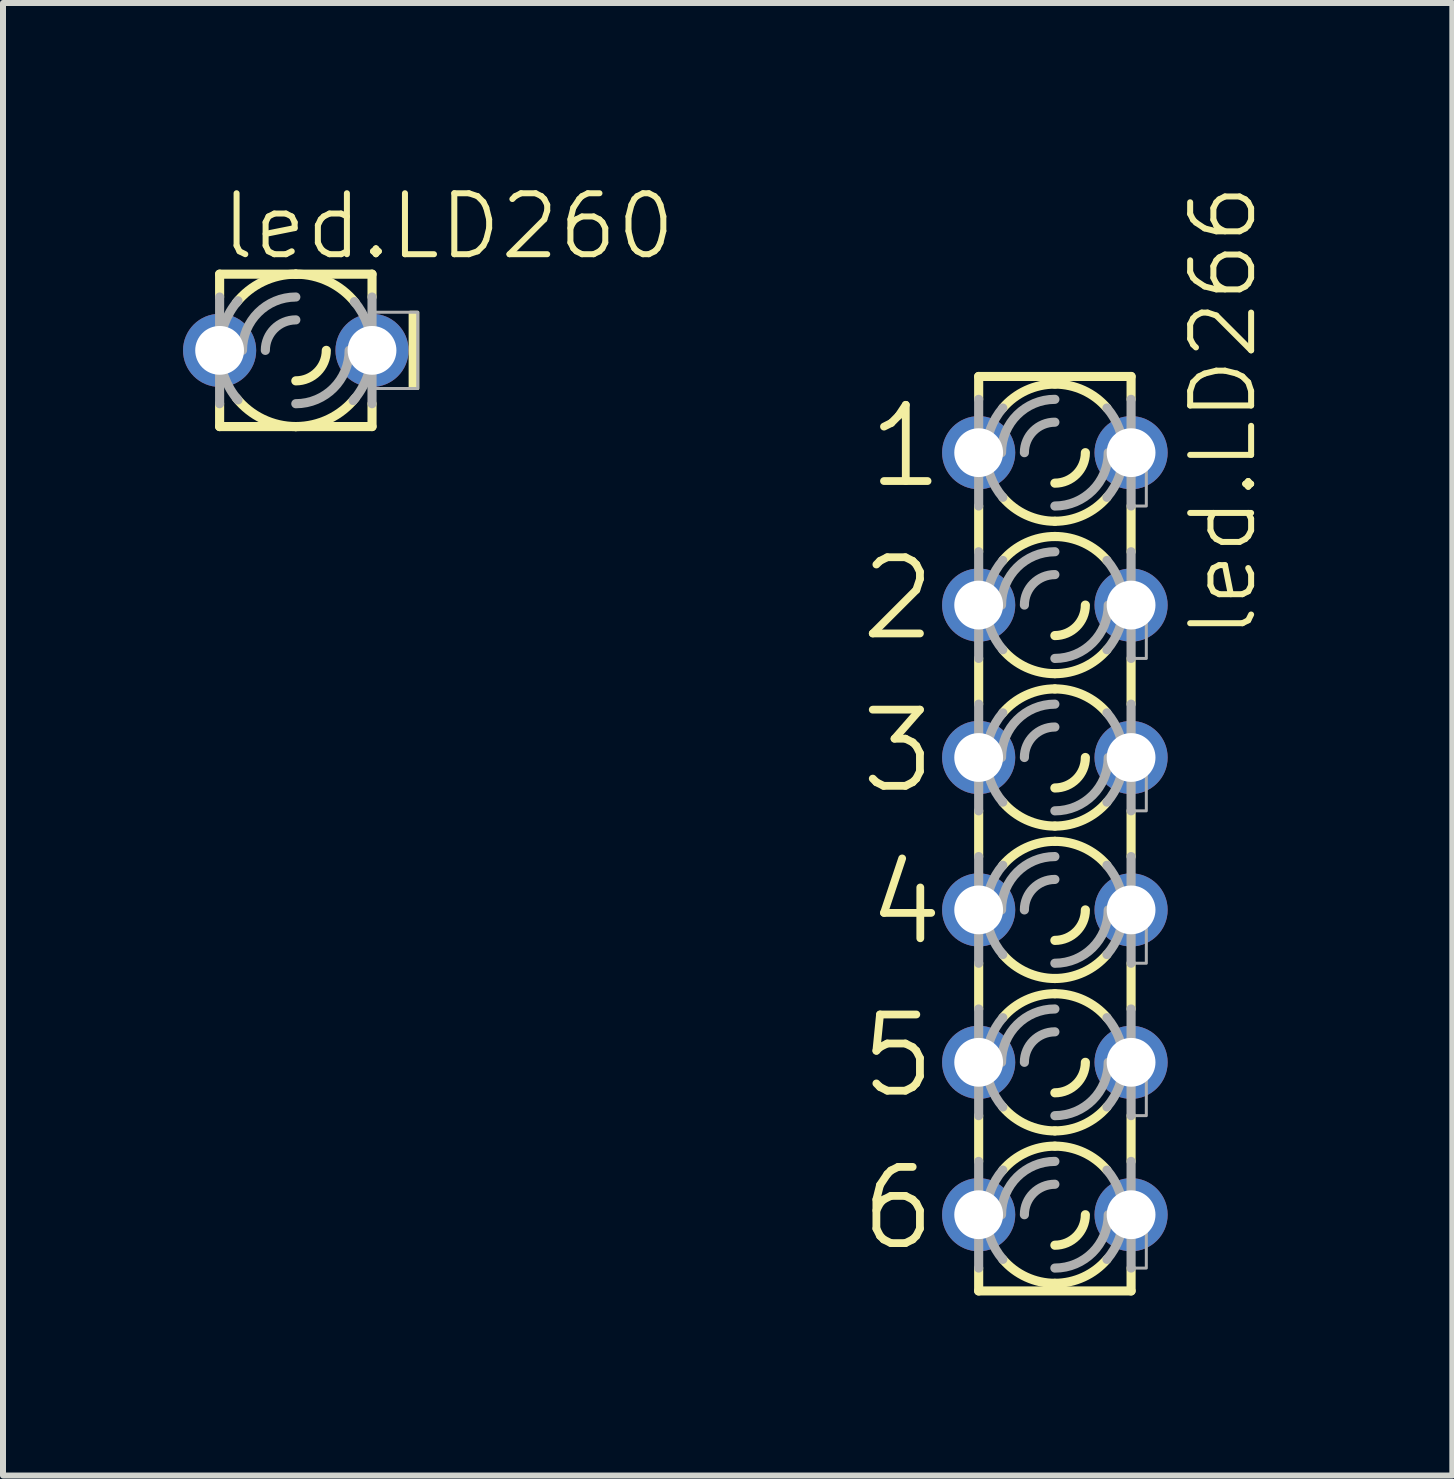
<source format=kicad_pcb>
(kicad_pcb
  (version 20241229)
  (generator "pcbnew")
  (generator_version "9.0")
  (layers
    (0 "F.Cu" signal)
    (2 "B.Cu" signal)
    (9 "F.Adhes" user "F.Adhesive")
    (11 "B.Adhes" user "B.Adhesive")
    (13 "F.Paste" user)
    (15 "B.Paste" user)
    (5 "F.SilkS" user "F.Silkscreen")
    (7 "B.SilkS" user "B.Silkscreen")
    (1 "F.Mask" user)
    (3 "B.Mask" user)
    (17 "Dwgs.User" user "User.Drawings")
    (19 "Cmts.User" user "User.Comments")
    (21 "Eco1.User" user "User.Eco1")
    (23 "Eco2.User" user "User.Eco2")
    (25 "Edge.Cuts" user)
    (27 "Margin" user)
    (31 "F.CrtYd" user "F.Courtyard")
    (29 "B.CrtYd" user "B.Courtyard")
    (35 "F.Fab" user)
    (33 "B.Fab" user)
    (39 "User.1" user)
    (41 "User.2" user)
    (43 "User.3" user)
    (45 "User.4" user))
  (footprint "led.LD266"
    (layer "F.Cu")
    (at 14.53 10.844)
    (property "Reference" "led.LD266" (at 3.4 -3.2 90) (layer "F.SilkS") (effects (font (size 1.016 1.016) (thickness 0.1)) (justify left bottom)))
    (attr through_hole)
    (fp_line (start -1.27 -7.62) (end -1.27 -7.239) (stroke (width 0.152) (type default)) (layer "F.SilkS"))
    (fp_line (start -1.27 -7.62) (end 1.27 -7.62) (stroke (width 0.152) (type default)) (layer "F.SilkS"))
    (fp_line (start -1.27 -5.461) (end -1.27 -4.699) (stroke (width 0.152) (type default)) (layer "F.SilkS"))
    (fp_line (start -1.27 -2.921) (end -1.27 -2.159) (stroke (width 0.152) (type default)) (layer "F.SilkS"))
    (fp_line (start -1.27 -0.381) (end -1.27 0.381) (stroke (width 0.152) (type default)) (layer "F.SilkS"))
    (fp_line (start -1.27 2.159) (end -1.27 2.921) (stroke (width 0.152) (type default)) (layer "F.SilkS"))
    (fp_line (start -1.27 4.699) (end -1.27 5.461) (stroke (width 0.152) (type default)) (layer "F.SilkS"))
    (fp_line (start -1.27 7.62) (end -1.27 7.239) (stroke (width 0.152) (type default)) (layer "F.SilkS"))
    (fp_line (start -1.27 7.62) (end 1.27 7.62) (stroke (width 0.152) (type default)) (layer "F.SilkS"))
    (fp_line (start 1.27 -7.62) (end 1.27 -7.239) (stroke (width 0.152) (type default)) (layer "F.SilkS"))
    (fp_line (start 1.27 -5.461) (end 1.27 -4.699) (stroke (width 0.152) (type default)) (layer "F.SilkS"))
    (fp_line (start 1.27 -2.921) (end 1.27 -2.159) (stroke (width 0.152) (type default)) (layer "F.SilkS"))
    (fp_line (start 1.27 -0.381) (end 1.27 0.381) (stroke (width 0.152) (type default)) (layer "F.SilkS"))
    (fp_line (start 1.27 2.159) (end 1.27 2.921) (stroke (width 0.152) (type default)) (layer "F.SilkS"))
    (fp_line (start 1.27 4.699) (end 1.27 5.461) (stroke (width 0.152) (type default)) (layer "F.SilkS"))
    (fp_line (start 1.27 7.62) (end 1.27 7.239) (stroke (width 0.152) (type default)) (layer "F.SilkS"))
    (fp_arc (start -0.8678 -7.0939) (mid -0.477588 -7.388445) (end 0 -7.493) (stroke (width 0.1524) (type default)) (layer "F.SilkS"))
    (fp_arc (start -0.8678 -4.5539) (mid -0.477588 -4.848445) (end 0 -4.953) (stroke (width 0.1524) (type default)) (layer "F.SilkS"))
    (fp_arc (start -0.8678 -2.0139) (mid -0.477588 -2.308445) (end 0 -2.413) (stroke (width 0.1524) (type default)) (layer "F.SilkS"))
    (fp_arc (start -0.8678 0.5261) (mid -0.477588 0.231555) (end 0 0.127) (stroke (width 0.1524) (type default)) (layer "F.SilkS"))
    (fp_arc (start -0.8678 3.0661) (mid -0.477588 2.771555) (end 0 2.667) (stroke (width 0.1524) (type default)) (layer "F.SilkS"))
    (fp_arc (start -0.8678 5.6061) (mid -0.477588 5.311555) (end 0 5.207) (stroke (width 0.1524) (type default)) (layer "F.SilkS"))
    (fp_arc (start 0 -7.493) (mid 0.477588 -7.388445) (end 0.8678 -7.0939) (stroke (width 0.1524) (type default)) (layer "F.SilkS"))
    (fp_arc (start 0 -5.207) (mid -0.477588 -5.311555) (end -0.8678 -5.6061) (stroke (width 0.1524) (type default)) (layer "F.SilkS"))
    (fp_arc (start 0 -4.953) (mid 0.477588 -4.848445) (end 0.8678 -4.5539) (stroke (width 0.1524) (type default)) (layer "F.SilkS"))
    (fp_arc (start 0 -2.667) (mid -0.477588 -2.771555) (end -0.8678 -3.0661) (stroke (width 0.1524) (type default)) (layer "F.SilkS"))
    (fp_arc (start 0 -2.413) (mid 0.477588 -2.308445) (end 0.8678 -2.0139) (stroke (width 0.1524) (type default)) (layer "F.SilkS"))
    (fp_arc (start 0 -0.127) (mid -0.477588 -0.231555) (end -0.8678 -0.5261) (stroke (width 0.1524) (type default)) (layer "F.SilkS"))
    (fp_arc (start 0 0.127) (mid 0.477588 0.231555) (end 0.8678 0.5261) (stroke (width 0.1524) (type default)) (layer "F.SilkS"))
    (fp_arc (start 0 2.413) (mid -0.477588 2.308445) (end -0.8678 2.0139) (stroke (width 0.1524) (type default)) (layer "F.SilkS"))
    (fp_arc (start 0 2.667) (mid 0.477588 2.771555) (end 0.8678 3.0661) (stroke (width 0.1524) (type default)) (layer "F.SilkS"))
    (fp_arc (start 0 4.953) (mid -0.477588 4.848445) (end -0.8678 4.5539) (stroke (width 0.1524) (type default)) (layer "F.SilkS"))
    (fp_arc (start 0 5.207) (mid 0.477588 5.311555) (end 0.8678 5.6061) (stroke (width 0.1524) (type default)) (layer "F.SilkS"))
    (fp_arc (start 0 7.493) (mid -0.477588 7.388445) (end -0.8678 7.0939) (stroke (width 0.1524) (type default)) (layer "F.SilkS"))
    (fp_arc (start 0.508 -6.35) (mid 0.35921 -5.99079) (end 0 -5.842) (stroke (width 0.1524) (type default)) (layer "F.SilkS"))
    (fp_arc (start 0.508 -3.81) (mid 0.35921 -3.45079) (end 0 -3.302) (stroke (width 0.1524) (type default)) (layer "F.SilkS"))
    (fp_arc (start 0.508 -1.27) (mid 0.35921 -0.91079) (end 0 -0.762) (stroke (width 0.1524) (type default)) (layer "F.SilkS"))
    (fp_arc (start 0.508 1.27) (mid 0.35921 1.62921) (end 0 1.778) (stroke (width 0.1524) (type default)) (layer "F.SilkS"))
    (fp_arc (start 0.508 3.81) (mid 0.35921 4.16921) (end 0 4.318) (stroke (width 0.1524) (type default)) (layer "F.SilkS"))
    (fp_arc (start 0.508 6.35) (mid 0.35921 6.70921) (end 0 6.858) (stroke (width 0.1524) (type default)) (layer "F.SilkS"))
    (fp_arc (start 0.8678 -5.6061) (mid 0.477588 -5.311555) (end 0 -5.207) (stroke (width 0.1524) (type default)) (layer "F.SilkS"))
    (fp_arc (start 0.8678 -3.0661) (mid 0.477588 -2.771555) (end 0 -2.667) (stroke (width 0.1524) (type default)) (layer "F.SilkS"))
    (fp_arc (start 0.8678 -0.5261) (mid 0.477588 -0.231555) (end 0 -0.127) (stroke (width 0.1524) (type default)) (layer "F.SilkS"))
    (fp_arc (start 0.8678 2.0139) (mid 0.477588 2.308445) (end 0 2.413) (stroke (width 0.1524) (type default)) (layer "F.SilkS"))
    (fp_arc (start 0.8678 4.5539) (mid 0.477588 4.848445) (end 0 4.953) (stroke (width 0.1524) (type default)) (layer "F.SilkS"))
    (fp_arc (start 0.8678 7.0939) (mid 0.477588 7.388445) (end 0 7.493) (stroke (width 0.1524) (type default)) (layer "F.SilkS"))
    (fp_line (start -1.27 -5.461) (end -1.27 -7.239) (stroke (width 0.152) (type default)) (layer "F.Fab"))
    (fp_line (start -1.27 -2.921) (end -1.27 -4.699) (stroke (width 0.152) (type default)) (layer "F.Fab"))
    (fp_line (start -1.27 -0.381) (end -1.27 -2.159) (stroke (width 0.152) (type default)) (layer "F.Fab"))
    (fp_line (start -1.27 2.159) (end -1.27 0.381) (stroke (width 0.152) (type default)) (layer "F.Fab"))
    (fp_line (start -1.27 4.699) (end -1.27 2.921) (stroke (width 0.152) (type default)) (layer "F.Fab"))
    (fp_line (start -1.27 7.239) (end -1.27 5.461) (stroke (width 0.152) (type default)) (layer "F.Fab"))
    (fp_line (start 1.27 -5.461) (end 1.27 -7.239) (stroke (width 0.152) (type default)) (layer "F.Fab"))
    (fp_line (start 1.27 -2.921) (end 1.27 -4.699) (stroke (width 0.152) (type default)) (layer "F.Fab"))
    (fp_line (start 1.27 -0.381) (end 1.27 -2.159) (stroke (width 0.152) (type default)) (layer "F.Fab"))
    (fp_line (start 1.27 2.159) (end 1.27 0.381) (stroke (width 0.152) (type default)) (layer "F.Fab"))
    (fp_line (start 1.27 4.699) (end 1.27 2.921) (stroke (width 0.152) (type default)) (layer "F.Fab"))
    (fp_line (start 1.27 7.239) (end 1.27 5.461) (stroke (width 0.152) (type default)) (layer "F.Fab"))
    (fp_rect (start -1.524 -6.096) (end -1.27 -6.604) (stroke (width 0.05) (type default)) (fill no) (layer "F.Fab"))
    (fp_rect (start -1.524 -3.556) (end -1.27 -4.064) (stroke (width 0.05) (type default)) (fill no) (layer "F.Fab"))
    (fp_rect (start -1.524 -1.016) (end -1.27 -1.524) (stroke (width 0.05) (type default)) (fill no) (layer "F.Fab"))
    (fp_rect (start -1.524 1.524) (end -1.27 1.016) (stroke (width 0.05) (type default)) (fill no) (layer "F.Fab"))
    (fp_rect (start -1.524 4.064) (end -1.27 3.556) (stroke (width 0.05) (type default)) (fill no) (layer "F.Fab"))
    (fp_rect (start -1.524 6.604) (end -1.27 6.096) (stroke (width 0.05) (type default)) (fill no) (layer "F.Fab"))
    (fp_rect (start 1.27 -5.461) (end 1.524 -6.604) (stroke (width 0.05) (type default)) (fill no) (layer "F.Fab"))
    (fp_rect (start 1.27 -2.921) (end 1.524 -4.064) (stroke (width 0.05) (type default)) (fill no) (layer "F.Fab"))
    (fp_rect (start 1.27 -0.381) (end 1.524 -1.524) (stroke (width 0.05) (type default)) (fill no) (layer "F.Fab"))
    (fp_rect (start 1.27 2.159) (end 1.524 1.016) (stroke (width 0.05) (type default)) (fill no) (layer "F.Fab"))
    (fp_rect (start 1.27 4.699) (end 1.524 3.556) (stroke (width 0.05) (type default)) (fill no) (layer "F.Fab"))
    (fp_rect (start 1.27 7.239) (end 1.524 6.096) (stroke (width 0.05) (type default)) (fill no) (layer "F.Fab"))
    (fp_arc (start -1.143 -6.35) (mid -1.071949 -6.746597) (end -0.8677 -7.0939) (stroke (width 0.1524) (type default)) (layer "F.Fab"))
    (fp_arc (start -1.143 -3.81) (mid -1.071949 -4.206597) (end -0.8677 -4.5539) (stroke (width 0.1524) (type default)) (layer "F.Fab"))
    (fp_arc (start -1.143 -1.27) (mid -1.071949 -1.666597) (end -0.8677 -2.0139) (stroke (width 0.1524) (type default)) (layer "F.Fab"))
    (fp_arc (start -1.143 1.27) (mid -1.071996 0.873413) (end -0.8678 0.5261) (stroke (width 0.1524) (type default)) (layer "F.Fab"))
    (fp_arc (start -1.143 3.81) (mid -1.071996 3.413413) (end -0.8678 3.0661) (stroke (width 0.1524) (type default)) (layer "F.Fab"))
    (fp_arc (start -1.143 6.35) (mid -1.071996 5.953413) (end -0.8678 5.6061) (stroke (width 0.1524) (type default)) (layer "F.Fab"))
    (fp_arc (start -0.889 -6.35) (mid -0.628618 -6.978618) (end 0 -7.239) (stroke (width 0.1524) (type default)) (layer "F.Fab"))
    (fp_arc (start -0.889 -3.81) (mid -0.628618 -4.438618) (end 0 -4.699) (stroke (width 0.1524) (type default)) (layer "F.Fab"))
    (fp_arc (start -0.889 -1.27) (mid -0.628618 -1.898618) (end 0 -2.159) (stroke (width 0.1524) (type default)) (layer "F.Fab"))
    (fp_arc (start -0.889 1.27) (mid -0.628618 0.641382) (end 0 0.381) (stroke (width 0.1524) (type default)) (layer "F.Fab"))
    (fp_arc (start -0.889 3.81) (mid -0.628618 3.181382) (end 0 2.921) (stroke (width 0.1524) (type default)) (layer "F.Fab"))
    (fp_arc (start -0.889 6.35) (mid -0.628618 5.721382) (end 0 5.461) (stroke (width 0.1524) (type default)) (layer "F.Fab"))
    (fp_arc (start -0.8678 -5.6061) (mid -1.071996 -5.953413) (end -1.143 -6.35) (stroke (width 0.1524) (type default)) (layer "F.Fab"))
    (fp_arc (start -0.8678 -3.0661) (mid -1.071996 -3.413413) (end -1.143 -3.81) (stroke (width 0.1524) (type default)) (layer "F.Fab"))
    (fp_arc (start -0.8678 -0.5261) (mid -1.071996 -0.873413) (end -1.143 -1.27) (stroke (width 0.1524) (type default)) (layer "F.Fab"))
    (fp_arc (start -0.8677 2.0139) (mid -1.071949 1.666597) (end -1.143 1.27) (stroke (width 0.1524) (type default)) (layer "F.Fab"))
    (fp_arc (start -0.8677 4.5539) (mid -1.071949 4.206597) (end -1.143 3.81) (stroke (width 0.1524) (type default)) (layer "F.Fab"))
    (fp_arc (start -0.8677 7.0939) (mid -1.071949 6.746597) (end -1.143 6.35) (stroke (width 0.1524) (type default)) (layer "F.Fab"))
    (fp_arc (start -0.508 -6.35) (mid -0.35921 -6.70921) (end 0 -6.858) (stroke (width 0.1524) (type default)) (layer "F.Fab"))
    (fp_arc (start -0.508 -3.81) (mid -0.35921 -4.16921) (end 0 -4.318) (stroke (width 0.1524) (type default)) (layer "F.Fab"))
    (fp_arc (start -0.508 -1.27) (mid -0.35921 -1.62921) (end 0 -1.778) (stroke (width 0.1524) (type default)) (layer "F.Fab"))
    (fp_arc (start -0.508 1.27) (mid -0.35921 0.91079) (end 0 0.762) (stroke (width 0.1524) (type default)) (layer "F.Fab"))
    (fp_arc (start -0.508 3.81) (mid -0.35921 3.45079) (end 0 3.302) (stroke (width 0.1524) (type default)) (layer "F.Fab"))
    (fp_arc (start -0.508 6.35) (mid -0.35921 5.99079) (end 0 5.842) (stroke (width 0.1524) (type default)) (layer "F.Fab"))
    (fp_arc (start 0.8678 -7.0939) (mid 1.072043 -6.746595) (end 1.1431 -6.35) (stroke (width 0.1524) (type default)) (layer "F.Fab"))
    (fp_arc (start 0.8678 -4.5539) (mid 1.072043 -4.206595) (end 1.1431 -3.81) (stroke (width 0.1524) (type default)) (layer "F.Fab"))
    (fp_arc (start 0.8678 -2.0139) (mid 1.072043 -1.666595) (end 1.1431 -1.27) (stroke (width 0.1524) (type default)) (layer "F.Fab"))
    (fp_arc (start 0.8678 0.5261) (mid 1.071949 0.873421) (end 1.1429 1.27) (stroke (width 0.1524) (type default)) (layer "F.Fab"))
    (fp_arc (start 0.8678 3.0661) (mid 1.071949 3.413421) (end 1.1429 3.81) (stroke (width 0.1524) (type default)) (layer "F.Fab"))
    (fp_arc (start 0.8678 5.6061) (mid 1.071949 5.953421) (end 1.1429 6.35) (stroke (width 0.1524) (type default)) (layer "F.Fab"))
    (fp_arc (start 0.889 -6.35) (mid 0.628618 -5.721382) (end 0 -5.461) (stroke (width 0.1524) (type default)) (layer "F.Fab"))
    (fp_arc (start 0.889 -3.81) (mid 0.628618 -3.181382) (end 0 -2.921) (stroke (width 0.1524) (type default)) (layer "F.Fab"))
    (fp_arc (start 0.889 -1.27) (mid 0.628618 -0.641382) (end 0 -0.381) (stroke (width 0.1524) (type default)) (layer "F.Fab"))
    (fp_arc (start 0.889 1.27) (mid 0.628618 1.898618) (end 0 2.159) (stroke (width 0.1524) (type default)) (layer "F.Fab"))
    (fp_arc (start 0.889 3.81) (mid 0.628618 4.438618) (end 0 4.699) (stroke (width 0.1524) (type default)) (layer "F.Fab"))
    (fp_arc (start 0.889 6.35) (mid 0.628618 6.978618) (end 0 7.239) (stroke (width 0.1524) (type default)) (layer "F.Fab"))
    (fp_arc (start 1.1429 -6.35) (mid 1.071949 -5.953421) (end 0.8678 -5.6061) (stroke (width 0.1524) (type default)) (layer "F.Fab"))
    (fp_arc (start 1.1429 -3.81) (mid 1.071949 -3.413421) (end 0.8678 -3.0661) (stroke (width 0.1524) (type default)) (layer "F.Fab"))
    (fp_arc (start 1.1429 -1.27) (mid 1.071949 -0.873421) (end 0.8678 -0.5261) (stroke (width 0.1524) (type default)) (layer "F.Fab"))
    (fp_arc (start 1.1431 1.27) (mid 1.072043 1.666595) (end 0.8678 2.0139) (stroke (width 0.1524) (type default)) (layer "F.Fab"))
    (fp_arc (start 1.1431 3.81) (mid 1.072043 4.206595) (end 0.8678 4.5539) (stroke (width 0.1524) (type default)) (layer "F.Fab"))
    (fp_arc (start 1.1431 6.35) (mid 1.072043 6.746595) (end 0.8678 7.0939) (stroke (width 0.1524) (type default)) (layer "F.Fab"))
    (fp_text user "3" (at -3.302 -0.635 0) (layer "F.SilkS") (effects (font (size 1.27 1.27) (thickness 0.13)) (justify left bottom)))
    (fp_text user "2" (at -3.302 -3.175 0) (layer "F.SilkS") (effects (font (size 1.27 1.27) (thickness 0.13)) (justify left bottom)))
    (fp_text user "1" (at -3.175 -5.715 0) (layer "F.SilkS") (effects (font (size 1.27 1.27) (thickness 0.13)) (justify left bottom)))
    (fp_text user "6" (at -3.302 6.985 0) (layer "F.SilkS") (effects (font (size 1.27 1.27) (thickness 0.13)) (justify left bottom)))
    (fp_text user "5" (at -3.302 4.445 0) (layer "F.SilkS") (effects (font (size 1.27 1.27) (thickness 0.13)) (justify left bottom)))
    (fp_text user "4" (at -3.175 1.905 0) (layer "F.SilkS") (effects (font (size 1.27 1.27) (thickness 0.13)) (justify left bottom)))
    (pad "A1" thru_hole circle (at -1.27 -6.35) (size 1.219 1.219) (drill 0.813) (layers "*.Cu" "*.Mask"))
    (pad "A2" thru_hole circle (at -1.27 -3.81) (size 1.219 1.219) (drill 0.813) (layers "*.Cu" "*.Mask"))
    (pad "A3" thru_hole circle (at -1.27 -1.27) (size 1.219 1.219) (drill 0.813) (layers "*.Cu" "*.Mask"))
    (pad "A4" thru_hole circle (at -1.27 1.27) (size 1.219 1.219) (drill 0.813) (layers "*.Cu" "*.Mask"))
    (pad "A5" thru_hole circle (at -1.27 3.81) (size 1.219 1.219) (drill 0.813) (layers "*.Cu" "*.Mask"))
    (pad "A6" thru_hole circle (at -1.27 6.35) (size 1.219 1.219) (drill 0.813) (layers "*.Cu" "*.Mask"))
    (pad "K1" thru_hole circle (at 1.27 -6.35) (size 1.219 1.219) (drill 0.813) (layers "*.Cu" "*.Mask"))
    (pad "K2" thru_hole circle (at 1.27 -3.81) (size 1.219 1.219) (drill 0.813) (layers "*.Cu" "*.Mask"))
    (pad "K3" thru_hole circle (at 1.27 -1.27) (size 1.219 1.219) (drill 0.813) (layers "*.Cu" "*.Mask"))
    (pad "K4" thru_hole circle (at 1.27 1.27) (size 1.219 1.219) (drill 0.813) (layers "*.Cu" "*.Mask"))
    (pad "K5" thru_hole circle (at 1.27 3.81) (size 1.219 1.219) (drill 0.813) (layers "*.Cu" "*.Mask"))
    (pad "K6" thru_hole circle (at 1.27 6.35) (size 1.219 1.219) (drill 0.813) (layers "*.Cu" "*.Mask")))
  (footprint "led.LD260"
    (layer "F.Cu")
    (at 1.88 2.789)
    (property "Reference" "led.LD260" (at -1.295 -1.473 0) (layer "F.SilkS") (effects (font (size 1.016 1.016) (thickness 0.1)) (justify left bottom)))
    (attr through_hole)
    (fp_line (start -1.27 -1.27) (end -1.27 -0.889) (stroke (width 0.152) (type default)) (layer "F.SilkS"))
    (fp_line (start -1.27 1.27) (end -1.27 0.889) (stroke (width 0.152) (type default)) (layer "F.SilkS"))
    (fp_line (start -1.27 1.27) (end 0 1.27) (stroke (width 0.152) (type default)) (layer "F.SilkS"))
    (fp_line (start 0 -1.27) (end -1.27 -1.27) (stroke (width 0.152) (type default)) (layer "F.SilkS"))
    (fp_line (start 0 1.27) (end 1.27 1.27) (stroke (width 0.152) (type default)) (layer "F.SilkS"))
    (fp_line (start 1.27 -1.27) (end 0 -1.27) (stroke (width 0.152) (type default)) (layer "F.SilkS"))
    (fp_line (start 1.27 -1.27) (end 1.27 -0.889) (stroke (width 0.152) (type default)) (layer "F.SilkS"))
    (fp_line (start 1.27 1.27) (end 1.27 0.889) (stroke (width 0.152) (type default)) (layer "F.SilkS"))
    (fp_rect (start 1.905 0.635) (end 2.032 -0.635) (stroke (width 0.05) (type default)) (fill yes) (layer "F.SilkS"))
    (fp_arc (start -0.9917 -0.7934) (mid -0.550143 -1.144671) (end 0 -1.27) (stroke (width 0.1524) (type default)) (layer "F.SilkS"))
    (fp_arc (start 0 -1.27) (mid 0.550143 -1.144671) (end 0.9917 -0.7934) (stroke (width 0.1524) (type default)) (layer "F.SilkS"))
    (fp_arc (start 0 1.27) (mid -0.550143 1.144671) (end -0.9917 0.7934) (stroke (width 0.1524) (type default)) (layer "F.SilkS"))
    (fp_arc (start 0.508 0) (mid 0.35921 0.35921) (end 0 0.508) (stroke (width 0.1524) (type default)) (layer "F.SilkS"))
    (fp_arc (start 0.9917 0.7934) (mid 0.550143 1.144671) (end 0 1.27) (stroke (width 0.1524) (type default)) (layer "F.SilkS"))
    (fp_line (start -1.27 0) (end -1.27 -0.889) (stroke (width 0.152) (type default)) (layer "F.Fab"))
    (fp_line (start -1.27 0.889) (end -1.27 0) (stroke (width 0.152) (type default)) (layer "F.Fab"))
    (fp_line (start 1.27 -0.889) (end 1.27 0) (stroke (width 0.152) (type default)) (layer "F.Fab"))
    (fp_line (start 1.27 0) (end 1.27 0.889) (stroke (width 0.152) (type default)) (layer "F.Fab"))
    (fp_rect (start 1.27 0.635) (end 2.032 -0.635) (stroke (width 0.05) (type default)) (fill no) (layer "F.Fab"))
    (fp_arc (start -1.27 0) (mid -1.191134 -0.440615) (end -0.9643 -0.8265) (stroke (width 0.1524) (type default)) (layer "F.Fab"))
    (fp_arc (start -0.9643 0.8265) (mid -1.191134 0.440615) (end -1.27 0) (stroke (width 0.1524) (type default)) (layer "F.Fab"))
    (fp_arc (start -0.889 0) (mid -0.628618 -0.628618) (end 0 -0.889) (stroke (width 0.1524) (type default)) (layer "F.Fab"))
    (fp_arc (start -0.508 0) (mid -0.35921 -0.35921) (end 0 -0.508) (stroke (width 0.1524) (type default)) (layer "F.Fab"))
    (fp_arc (start 0.889 0) (mid 0.628618 0.628618) (end 0 0.889) (stroke (width 0.1524) (type default)) (layer "F.Fab"))
    (fp_arc (start 0.9756 -0.813) (mid 1.194073 -0.432318) (end 1.2699 0) (stroke (width 0.1524) (type default)) (layer "F.Fab"))
    (fp_arc (start 1.27 0) (mid 1.188863 0.44669) (end 0.9558 0.8363) (stroke (width 0.1524) (type default)) (layer "F.Fab"))
    (pad "A" thru_hole circle (at -1.27 0) (size 1.219 1.219) (drill 0.813) (layers "*.Cu" "*.Mask"))
    (pad "K" thru_hole circle (at 1.27 0) (size 1.219 1.219) (drill 0.813) (layers "*.Cu" "*.Mask")))
  (gr_rect
    (start -3 -3)
    (end 21.154 21.54)
    (stroke (width 0.1) (type default))
    (fill no)
    (layer "Edge.Cuts")))
</source>
